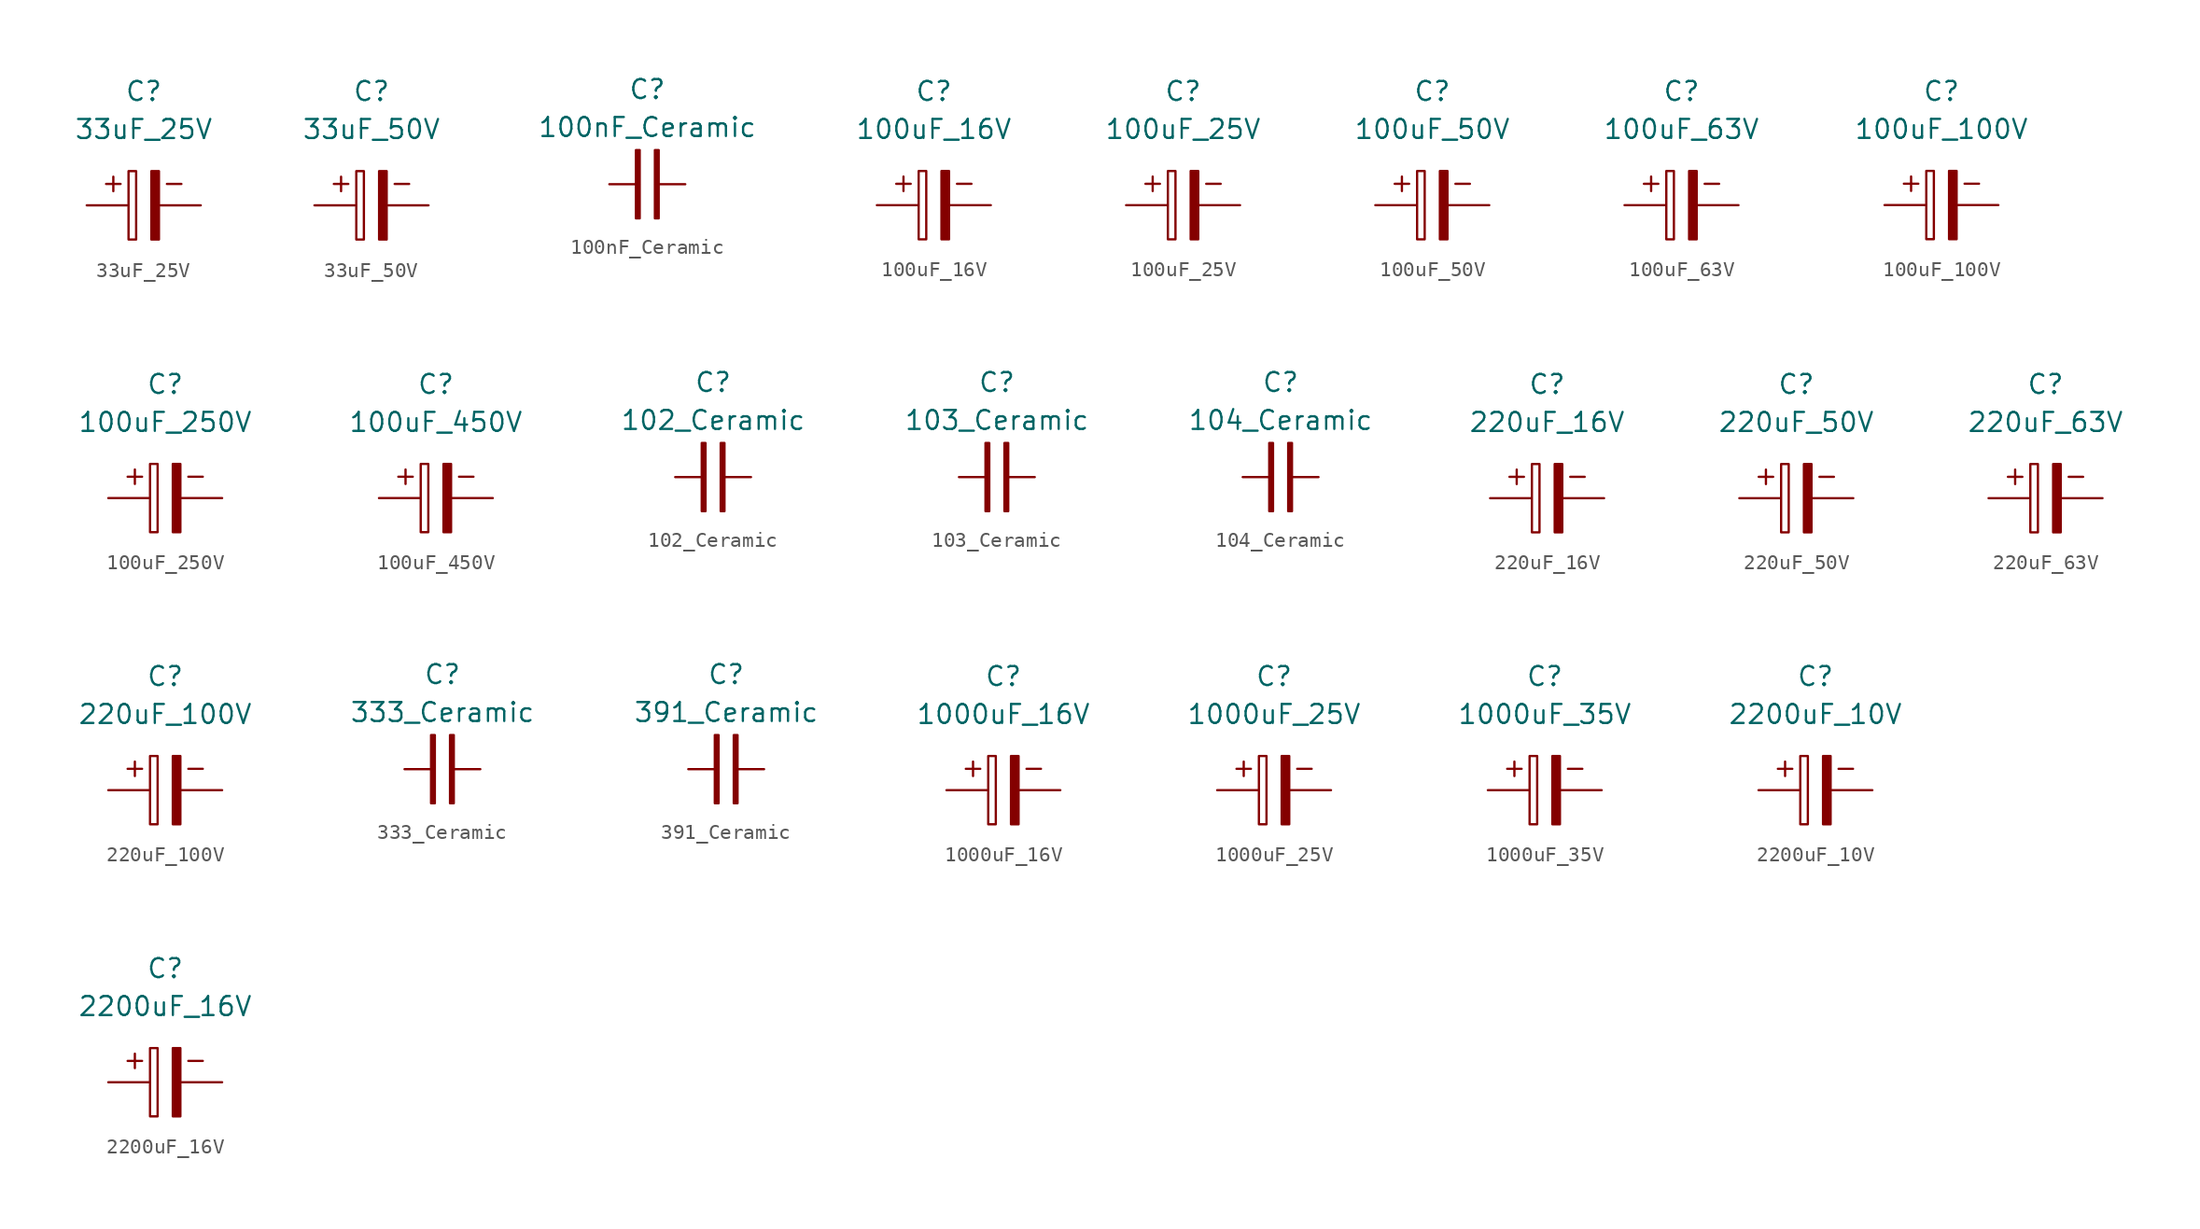
<source format=kicad_sym>
(kicad_symbol_lib
  (version 20220914)
  (generator kicad_symbol_editor)
  (symbol "33uF_25V"
    (property "Reference" "C"
      (at 0 7.62 0)
      (effects (font (size 1.27 1.27))))
    (property "Value" "33uF_25V"
      (at 0 5.08 0)
      (effects (font (size 1.27 1.27))))
    (symbol "33uF_25V_0_0"
      (text "+" (at -2.032 1.524 0) (effects (font (size 1.27 1.27))))
      (text "-" (at 2.032 1.524 0) (effects (font (size 1.27 1.27)))))
    (symbol "33uF_25V_0_1"
      (rectangle (start -1.016 -2.286) (end -0.508 2.286) (stroke (width 0) (type default)) (fill (type none)))
      (rectangle (start 0.508 -2.286) (end 1.016 2.286) (stroke (width 0) (type default)) (fill (type outline))))
    (symbol "33uF_25V_1_1"
      (pin passive line (at -3.81 0 0) (length 2.7) (name "~" (effects (font (size 0 0)))) (number "1" (effects (font (size 0 0)))))
      (pin input line (at 3.81 0 180) (length 2.7) (name "~" (effects (font (size 0 0)))) (number "2" (effects (font (size 0 0)))))))
  (symbol "33uF_50V"
    (property "Reference" "C"
      (at 0 7.62 0)
      (effects (font (size 1.27 1.27))))
    (property "Value" "33uF_50V"
      (at 0 5.08 0)
      (effects (font (size 1.27 1.27))))
    (symbol "33uF_50V_0_0"
      (text "+" (at -2.032 1.524 0) (effects (font (size 1.27 1.27))))
      (text "-" (at 2.032 1.524 0) (effects (font (size 1.27 1.27)))))
    (symbol "33uF_50V_0_1"
      (rectangle (start -1.016 -2.286) (end -0.508 2.286) (stroke (width 0) (type default)) (fill (type none)))
      (rectangle (start 0.508 -2.286) (end 1.016 2.286) (stroke (width 0) (type default)) (fill (type outline))))
    (symbol "33uF_50V_1_1"
      (pin passive line (at -3.81 0 0) (length 2.7) (name "~" (effects (font (size 0 0)))) (number "1" (effects (font (size 0 0)))))
      (pin input line (at 3.81 0 180) (length 2.7) (name "~" (effects (font (size 0 0)))) (number "2" (effects (font (size 0 0)))))))
  (symbol "100nF_Ceramic"
    (property "Reference" "C"
      (at 0 6.35 0)
      (effects (font (size 1.27 1.27))))
    (property "Value" "100nF_Ceramic"
      (at 0 3.81 0)
      (effects (font (size 1.27 1.27))))
    (symbol "100nF_Ceramic_0_1"
      (rectangle (start -0.762 2.286) (end -0.508 -2.286) (stroke (width 0) (type default)) (fill (type outline)))
      (rectangle (start 0.508 2.286) (end 0.762 -2.286) (stroke (width 0) (type default)) (fill (type outline))))
    (symbol "100nF_Ceramic_1_1"
      (pin passive line (at -2.54 0 0) (length 2) (name "~" (effects (font (size 0 0)))) (number "1" (effects (font (size 0 0)))))
      (pin input line (at 2.54 0 180) (length 2) (name "~" (effects (font (size 0 0)))) (number "2" (effects (font (size 0 0)))))))
  (symbol "100uF_16V"
    (property "Reference" "C"
      (at 0 7.62 0)
      (effects (font (size 1.27 1.27))))
    (property "Value" "100uF_16V"
      (at 0 5.08 0)
      (effects (font (size 1.27 1.27))))
    (symbol "100uF_16V_0_0"
      (text "+" (at -2.032 1.524 0) (effects (font (size 1.27 1.27))))
      (text "-" (at 2.032 1.524 0) (effects (font (size 1.27 1.27)))))
    (symbol "100uF_16V_0_1"
      (rectangle (start -1.016 -2.286) (end -0.508 2.286) (stroke (width 0) (type default)) (fill (type none)))
      (rectangle (start 0.508 -2.286) (end 1.016 2.286) (stroke (width 0) (type default)) (fill (type outline))))
    (symbol "100uF_16V_1_1"
      (pin passive line (at -3.81 0 0) (length 2.7) (name "~" (effects (font (size 0 0)))) (number "1" (effects (font (size 0 0)))))
      (pin input line (at 3.81 0 180) (length 2.7) (name "~" (effects (font (size 0 0)))) (number "2" (effects (font (size 0 0)))))))
  (symbol "100uF_25V"
    (property "Reference" "C"
      (at 0 7.62 0)
      (effects (font (size 1.27 1.27))))
    (property "Value" "100uF_25V"
      (at 0 5.08 0)
      (effects (font (size 1.27 1.27))))
    (symbol "100uF_25V_0_0"
      (text "+" (at -2.032 1.524 0) (effects (font (size 1.27 1.27))))
      (text "-" (at 2.032 1.524 0) (effects (font (size 1.27 1.27)))))
    (symbol "100uF_25V_0_1"
      (rectangle (start -1.016 -2.286) (end -0.508 2.286) (stroke (width 0) (type default)) (fill (type none)))
      (rectangle (start 0.508 -2.286) (end 1.016 2.286) (stroke (width 0) (type default)) (fill (type outline))))
    (symbol "100uF_25V_1_1"
      (pin passive line (at -3.81 0 0) (length 2.7) (name "~" (effects (font (size 0 0)))) (number "1" (effects (font (size 0 0)))))
      (pin input line (at 3.81 0 180) (length 2.7) (name "~" (effects (font (size 0 0)))) (number "2" (effects (font (size 0 0)))))))
  (symbol "100uF_50V"
    (property "Reference" "C"
      (at 0 7.62 0)
      (effects (font (size 1.27 1.27))))
    (property "Value" "100uF_50V"
      (at 0 5.08 0)
      (effects (font (size 1.27 1.27))))
    (symbol "100uF_50V_0_0"
      (text "+" (at -2.032 1.524 0) (effects (font (size 1.27 1.27))))
      (text "-" (at 2.032 1.524 0) (effects (font (size 1.27 1.27)))))
    (symbol "100uF_50V_0_1"
      (rectangle (start -1.016 -2.286) (end -0.508 2.286) (stroke (width 0) (type default)) (fill (type none)))
      (rectangle (start 0.508 -2.286) (end 1.016 2.286) (stroke (width 0) (type default)) (fill (type outline))))
    (symbol "100uF_50V_1_1"
      (pin passive line (at -3.81 0 0) (length 2.7) (name "~" (effects (font (size 0 0)))) (number "1" (effects (font (size 0 0)))))
      (pin input line (at 3.81 0 180) (length 2.7) (name "~" (effects (font (size 0 0)))) (number "2" (effects (font (size 0 0)))))))
  (symbol "100uF_63V"
    (property "Reference" "C"
      (at 0 7.62 0)
      (effects (font (size 1.27 1.27))))
    (property "Value" "100uF_63V"
      (at 0 5.08 0)
      (effects (font (size 1.27 1.27))))
    (symbol "100uF_63V_0_0"
      (text "+" (at -2.032 1.524 0) (effects (font (size 1.27 1.27))))
      (text "-" (at 2.032 1.524 0) (effects (font (size 1.27 1.27)))))
    (symbol "100uF_63V_0_1"
      (rectangle (start -1.016 -2.286) (end -0.508 2.286) (stroke (width 0) (type default)) (fill (type none)))
      (rectangle (start 0.508 -2.286) (end 1.016 2.286) (stroke (width 0) (type default)) (fill (type outline))))
    (symbol "100uF_63V_1_1"
      (pin passive line (at -3.81 0 0) (length 2.7) (name "~" (effects (font (size 0 0)))) (number "1" (effects (font (size 0 0)))))
      (pin input line (at 3.81 0 180) (length 2.7) (name "~" (effects (font (size 0 0)))) (number "2" (effects (font (size 0 0)))))))
  (symbol "100uF_100V"
    (property "Reference" "C"
      (at 0 7.62 0)
      (effects (font (size 1.27 1.27))))
    (property "Value" "100uF_100V"
      (at 0 5.08 0)
      (effects (font (size 1.27 1.27))))
    (symbol "100uF_100V_0_0"
      (text "+" (at -2.032 1.524 0) (effects (font (size 1.27 1.27))))
      (text "-" (at 2.032 1.524 0) (effects (font (size 1.27 1.27)))))
    (symbol "100uF_100V_0_1"
      (rectangle (start -1.016 -2.286) (end -0.508 2.286) (stroke (width 0) (type default)) (fill (type none)))
      (rectangle (start 0.508 -2.286) (end 1.016 2.286) (stroke (width 0) (type default)) (fill (type outline))))
    (symbol "100uF_100V_1_1"
      (pin passive line (at -3.81 0 0) (length 2.7) (name "~" (effects (font (size 0 0)))) (number "1" (effects (font (size 0 0)))))
      (pin input line (at 3.81 0 180) (length 2.7) (name "~" (effects (font (size 0 0)))) (number "2" (effects (font (size 0 0)))))))
  (symbol "100uF_250V"
    (property "Reference" "C"
      (at 0 7.62 0)
      (effects (font (size 1.27 1.27))))
    (property "Value" "100uF_250V"
      (at 0 5.08 0)
      (effects (font (size 1.27 1.27))))
    (symbol "100uF_250V_0_0"
      (text "+" (at -2.032 1.524 0) (effects (font (size 1.27 1.27))))
      (text "-" (at 2.032 1.524 0) (effects (font (size 1.27 1.27)))))
    (symbol "100uF_250V_0_1"
      (rectangle (start -1.016 -2.286) (end -0.508 2.286) (stroke (width 0) (type default)) (fill (type none)))
      (rectangle (start 0.508 -2.286) (end 1.016 2.286) (stroke (width 0) (type default)) (fill (type outline))))
    (symbol "100uF_250V_1_1"
      (pin passive line (at -3.81 0 0) (length 2.7) (name "~" (effects (font (size 0 0)))) (number "1" (effects (font (size 0 0)))))
      (pin input line (at 3.81 0 180) (length 2.7) (name "~" (effects (font (size 0 0)))) (number "2" (effects (font (size 0 0)))))))
  (symbol "100uF_450V"
    (property "Reference" "C"
      (at 0 7.62 0)
      (effects (font (size 1.27 1.27))))
    (property "Value" "100uF_450V"
      (at 0 5.08 0)
      (effects (font (size 1.27 1.27))))
    (symbol "100uF_450V_0_0"
      (text "+" (at -2.032 1.524 0) (effects (font (size 1.27 1.27))))
      (text "-" (at 2.032 1.524 0) (effects (font (size 1.27 1.27)))))
    (symbol "100uF_450V_0_1"
      (rectangle (start -1.016 -2.286) (end -0.508 2.286) (stroke (width 0) (type default)) (fill (type none)))
      (rectangle (start 0.508 -2.286) (end 1.016 2.286) (stroke (width 0) (type default)) (fill (type outline))))
    (symbol "100uF_450V_1_1"
      (pin passive line (at -3.81 0 0) (length 2.7) (name "~" (effects (font (size 0 0)))) (number "1" (effects (font (size 0 0)))))
      (pin input line (at 3.81 0 180) (length 2.7) (name "~" (effects (font (size 0 0)))) (number "2" (effects (font (size 0 0)))))))
  (symbol "102_Ceramic"
    (property "Reference" "C"
      (at 0 6.35 0)
      (effects (font (size 1.27 1.27))))
    (property "Value" "102_Ceramic"
      (at 0 3.81 0)
      (effects (font (size 1.27 1.27))))
    (symbol "102_Ceramic_0_1"
      (rectangle (start -0.762 2.286) (end -0.508 -2.286) (stroke (width 0) (type default)) (fill (type outline)))
      (rectangle (start 0.508 2.286) (end 0.762 -2.286) (stroke (width 0) (type default)) (fill (type outline))))
    (symbol "102_Ceramic_1_1"
      (pin passive line (at -2.54 0 0) (length 2) (name "~" (effects (font (size 0 0)))) (number "1" (effects (font (size 0 0)))))
      (pin input line (at 2.54 0 180) (length 2) (name "~" (effects (font (size 0 0)))) (number "2" (effects (font (size 0 0)))))))
  (symbol "103_Ceramic"
    (property "Reference" "C"
      (at 0 6.35 0)
      (effects (font (size 1.27 1.27))))
    (property "Value" "103_Ceramic"
      (at 0 3.81 0)
      (effects (font (size 1.27 1.27))))
    (symbol "103_Ceramic_0_1"
      (rectangle (start -0.762 2.286) (end -0.508 -2.286) (stroke (width 0) (type default)) (fill (type outline)))
      (rectangle (start 0.508 2.286) (end 0.762 -2.286) (stroke (width 0) (type default)) (fill (type outline))))
    (symbol "103_Ceramic_1_1"
      (pin passive line (at -2.54 0 0) (length 2) (name "~" (effects (font (size 0 0)))) (number "1" (effects (font (size 0 0)))))
      (pin input line (at 2.54 0 180) (length 2) (name "~" (effects (font (size 0 0)))) (number "2" (effects (font (size 0 0)))))))
  (symbol "104_Ceramic"
    (property "Reference" "C"
      (at 0 6.35 0)
      (effects (font (size 1.27 1.27))))
    (property "Value" "104_Ceramic"
      (at 0 3.81 0)
      (effects (font (size 1.27 1.27))))
    (symbol "104_Ceramic_0_1"
      (rectangle (start -0.762 2.286) (end -0.508 -2.286) (stroke (width 0) (type default)) (fill (type outline)))
      (rectangle (start 0.508 2.286) (end 0.762 -2.286) (stroke (width 0) (type default)) (fill (type outline))))
    (symbol "104_Ceramic_1_1"
      (pin passive line (at -2.54 0 0) (length 2) (name "~" (effects (font (size 0 0)))) (number "1" (effects (font (size 0 0)))))
      (pin input line (at 2.54 0 180) (length 2) (name "~" (effects (font (size 0 0)))) (number "2" (effects (font (size 0 0)))))))
  (symbol "220uF_16V"
    (property "Reference" "C"
      (at 0 7.62 0)
      (effects (font (size 1.27 1.27))))
    (property "Value" "220uF_16V"
      (at 0 5.08 0)
      (effects (font (size 1.27 1.27))))
    (symbol "220uF_16V_0_0"
      (text "+" (at -2.032 1.524 0) (effects (font (size 1.27 1.27))))
      (text "-" (at 2.032 1.524 0) (effects (font (size 1.27 1.27)))))
    (symbol "220uF_16V_0_1"
      (rectangle (start -1.016 -2.286) (end -0.508 2.286) (stroke (width 0) (type default)) (fill (type none)))
      (rectangle (start 0.508 -2.286) (end 1.016 2.286) (stroke (width 0) (type default)) (fill (type outline))))
    (symbol "220uF_16V_1_1"
      (pin passive line (at -3.81 0 0) (length 2.7) (name "~" (effects (font (size 0 0)))) (number "1" (effects (font (size 0 0)))))
      (pin input line (at 3.81 0 180) (length 2.7) (name "~" (effects (font (size 0 0)))) (number "2" (effects (font (size 0 0)))))))
  (symbol "220uF_50V"
    (property "Reference" "C"
      (at 0 7.62 0)
      (effects (font (size 1.27 1.27))))
    (property "Value" "220uF_50V"
      (at 0 5.08 0)
      (effects (font (size 1.27 1.27))))
    (symbol "220uF_50V_0_0"
      (text "+" (at -2.032 1.524 0) (effects (font (size 1.27 1.27))))
      (text "-" (at 2.032 1.524 0) (effects (font (size 1.27 1.27)))))
    (symbol "220uF_50V_0_1"
      (rectangle (start -1.016 -2.286) (end -0.508 2.286) (stroke (width 0) (type default)) (fill (type none)))
      (rectangle (start 0.508 -2.286) (end 1.016 2.286) (stroke (width 0) (type default)) (fill (type outline))))
    (symbol "220uF_50V_1_1"
      (pin passive line (at -3.81 0 0) (length 2.7) (name "~" (effects (font (size 0 0)))) (number "1" (effects (font (size 0 0)))))
      (pin input line (at 3.81 0 180) (length 2.7) (name "~" (effects (font (size 0 0)))) (number "2" (effects (font (size 0 0)))))))
  (symbol "220uF_63V"
    (property "Reference" "C"
      (at 0 7.62 0)
      (effects (font (size 1.27 1.27))))
    (property "Value" "220uF_63V"
      (at 0 5.08 0)
      (effects (font (size 1.27 1.27))))
    (symbol "220uF_63V_0_0"
      (text "+" (at -2.032 1.524 0) (effects (font (size 1.27 1.27))))
      (text "-" (at 2.032 1.524 0) (effects (font (size 1.27 1.27)))))
    (symbol "220uF_63V_0_1"
      (rectangle (start -1.016 -2.286) (end -0.508 2.286) (stroke (width 0) (type default)) (fill (type none)))
      (rectangle (start 0.508 -2.286) (end 1.016 2.286) (stroke (width 0) (type default)) (fill (type outline))))
    (symbol "220uF_63V_1_1"
      (pin passive line (at -3.81 0 0) (length 2.7) (name "~" (effects (font (size 0 0)))) (number "1" (effects (font (size 0 0)))))
      (pin input line (at 3.81 0 180) (length 2.7) (name "~" (effects (font (size 0 0)))) (number "2" (effects (font (size 0 0)))))))
  (symbol "220uF_100V"
    (property "Reference" "C"
      (at 0 7.62 0)
      (effects (font (size 1.27 1.27))))
    (property "Value" "220uF_100V"
      (at 0 5.08 0)
      (effects (font (size 1.27 1.27))))
    (symbol "220uF_100V_0_0"
      (text "+" (at -2.032 1.524 0) (effects (font (size 1.27 1.27))))
      (text "-" (at 2.032 1.524 0) (effects (font (size 1.27 1.27)))))
    (symbol "220uF_100V_0_1"
      (rectangle (start -1.016 -2.286) (end -0.508 2.286) (stroke (width 0) (type default)) (fill (type none)))
      (rectangle (start 0.508 -2.286) (end 1.016 2.286) (stroke (width 0) (type default)) (fill (type outline))))
    (symbol "220uF_100V_1_1"
      (pin passive line (at -3.81 0 0) (length 2.7) (name "~" (effects (font (size 0 0)))) (number "1" (effects (font (size 0 0)))))
      (pin input line (at 3.81 0 180) (length 2.7) (name "~" (effects (font (size 0 0)))) (number "2" (effects (font (size 0 0)))))))
  (symbol "333_Ceramic"
    (property "Reference" "C"
      (at 0 6.35 0)
      (effects (font (size 1.27 1.27))))
    (property "Value" "333_Ceramic"
      (at 0 3.81 0)
      (effects (font (size 1.27 1.27))))
    (symbol "333_Ceramic_0_1"
      (rectangle (start -0.762 2.286) (end -0.508 -2.286) (stroke (width 0) (type default)) (fill (type outline)))
      (rectangle (start 0.508 2.286) (end 0.762 -2.286) (stroke (width 0) (type default)) (fill (type outline))))
    (symbol "333_Ceramic_1_1"
      (pin passive line (at -2.54 0 0) (length 2) (name "~" (effects (font (size 0 0)))) (number "1" (effects (font (size 0 0)))))
      (pin input line (at 2.54 0 180) (length 2) (name "~" (effects (font (size 0 0)))) (number "2" (effects (font (size 0 0)))))))
  (symbol "391_Ceramic"
    (property "Reference" "C"
      (at 0 6.35 0)
      (effects (font (size 1.27 1.27))))
    (property "Value" "391_Ceramic"
      (at 0 3.81 0)
      (effects (font (size 1.27 1.27))))
    (symbol "391_Ceramic_0_1"
      (rectangle (start -0.762 2.286) (end -0.508 -2.286) (stroke (width 0) (type default)) (fill (type outline)))
      (rectangle (start 0.508 2.286) (end 0.762 -2.286) (stroke (width 0) (type default)) (fill (type outline))))
    (symbol "391_Ceramic_1_1"
      (pin passive line (at -2.54 0 0) (length 2) (name "~" (effects (font (size 0 0)))) (number "1" (effects (font (size 0 0)))))
      (pin input line (at 2.54 0 180) (length 2) (name "~" (effects (font (size 0 0)))) (number "2" (effects (font (size 0 0)))))))
  (symbol "1000uF_16V"
    (property "Reference" "C"
      (at 0 7.62 0)
      (effects (font (size 1.27 1.27))))
    (property "Value" "1000uF_16V"
      (at 0 5.08 0)
      (effects (font (size 1.27 1.27))))
    (symbol "1000uF_16V_0_0"
      (text "+" (at -2.032 1.524 0) (effects (font (size 1.27 1.27))))
      (text "-" (at 2.032 1.524 0) (effects (font (size 1.27 1.27)))))
    (symbol "1000uF_16V_0_1"
      (rectangle (start -1.016 -2.286) (end -0.508 2.286) (stroke (width 0) (type default)) (fill (type none)))
      (rectangle (start 0.508 -2.286) (end 1.016 2.286) (stroke (width 0) (type default)) (fill (type outline))))
    (symbol "1000uF_16V_1_1"
      (pin passive line (at -3.81 0 0) (length 2.7) (name "~" (effects (font (size 0 0)))) (number "1" (effects (font (size 0 0)))))
      (pin input line (at 3.81 0 180) (length 2.7) (name "~" (effects (font (size 0 0)))) (number "2" (effects (font (size 0 0)))))))
  (symbol "1000uF_25V"
    (property "Reference" "C"
      (at 0 7.62 0)
      (effects (font (size 1.27 1.27))))
    (property "Value" "1000uF_25V"
      (at 0 5.08 0)
      (effects (font (size 1.27 1.27))))
    (symbol "1000uF_25V_0_0"
      (text "+" (at -2.032 1.524 0) (effects (font (size 1.27 1.27))))
      (text "-" (at 2.032 1.524 0) (effects (font (size 1.27 1.27)))))
    (symbol "1000uF_25V_0_1"
      (rectangle (start -1.016 -2.286) (end -0.508 2.286) (stroke (width 0) (type default)) (fill (type none)))
      (rectangle (start 0.508 -2.286) (end 1.016 2.286) (stroke (width 0) (type default)) (fill (type outline))))
    (symbol "1000uF_25V_1_1"
      (pin passive line (at -3.81 0 0) (length 2.7) (name "~" (effects (font (size 0 0)))) (number "1" (effects (font (size 0 0)))))
      (pin input line (at 3.81 0 180) (length 2.7) (name "~" (effects (font (size 0 0)))) (number "2" (effects (font (size 0 0)))))))
  (symbol "1000uF_35V"
    (property "Reference" "C"
      (at 0 7.62 0)
      (effects (font (size 1.27 1.27))))
    (property "Value" "1000uF_35V"
      (at 0 5.08 0)
      (effects (font (size 1.27 1.27))))
    (symbol "1000uF_35V_0_0"
      (text "+" (at -2.032 1.524 0) (effects (font (size 1.27 1.27))))
      (text "-" (at 2.032 1.524 0) (effects (font (size 1.27 1.27)))))
    (symbol "1000uF_35V_0_1"
      (rectangle (start -1.016 -2.286) (end -0.508 2.286) (stroke (width 0) (type default)) (fill (type none)))
      (rectangle (start 0.508 -2.286) (end 1.016 2.286) (stroke (width 0) (type default)) (fill (type outline))))
    (symbol "1000uF_35V_1_1"
      (pin passive line (at -3.81 0 0) (length 2.7) (name "~" (effects (font (size 0 0)))) (number "1" (effects (font (size 0 0)))))
      (pin input line (at 3.81 0 180) (length 2.7) (name "~" (effects (font (size 0 0)))) (number "2" (effects (font (size 0 0)))))))
  (symbol "2200uF_10V"
    (property "Reference" "C"
      (at 0 7.62 0)
      (effects (font (size 1.27 1.27))))
    (property "Value" "2200uF_10V"
      (at 0 5.08 0)
      (effects (font (size 1.27 1.27))))
    (symbol "2200uF_10V_0_0"
      (text "+" (at -2.032 1.524 0) (effects (font (size 1.27 1.27))))
      (text "-" (at 2.032 1.524 0) (effects (font (size 1.27 1.27)))))
    (symbol "2200uF_10V_0_1"
      (rectangle (start -1.016 -2.286) (end -0.508 2.286) (stroke (width 0) (type default)) (fill (type none)))
      (rectangle (start 0.508 -2.286) (end 1.016 2.286) (stroke (width 0) (type default)) (fill (type outline))))
    (symbol "2200uF_10V_1_1"
      (pin passive line (at -3.81 0 0) (length 2.7) (name "~" (effects (font (size 0 0)))) (number "1" (effects (font (size 0 0)))))
      (pin input line (at 3.81 0 180) (length 2.7) (name "~" (effects (font (size 0 0)))) (number "2" (effects (font (size 0 0)))))))
  (symbol "2200uF_16V"
    (property "Reference" "C"
      (at 0 7.62 0)
      (effects (font (size 1.27 1.27))))
    (property "Value" "2200uF_16V"
      (at 0 5.08 0)
      (effects (font (size 1.27 1.27))))
    (symbol "2200uF_16V_0_0"
      (text "+" (at -2.032 1.524 0) (effects (font (size 1.27 1.27))))
      (text "-" (at 2.032 1.524 0) (effects (font (size 1.27 1.27)))))
    (symbol "2200uF_16V_0_1"
      (rectangle (start -1.016 -2.286) (end -0.508 2.286) (stroke (width 0) (type default)) (fill (type none)))
      (rectangle (start 0.508 -2.286) (end 1.016 2.286) (stroke (width 0) (type default)) (fill (type outline))))
    (symbol "2200uF_16V_1_1"
      (pin passive line (at -3.81 0 0) (length 2.7) (name "~" (effects (font (size 0 0)))) (number "1" (effects (font (size 0 0)))))
      (pin input line (at 3.81 0 180) (length 2.7) (name "~" (effects (font (size 0 0)))) (number "2" (effects (font (size 0 0))))))))
</source>
